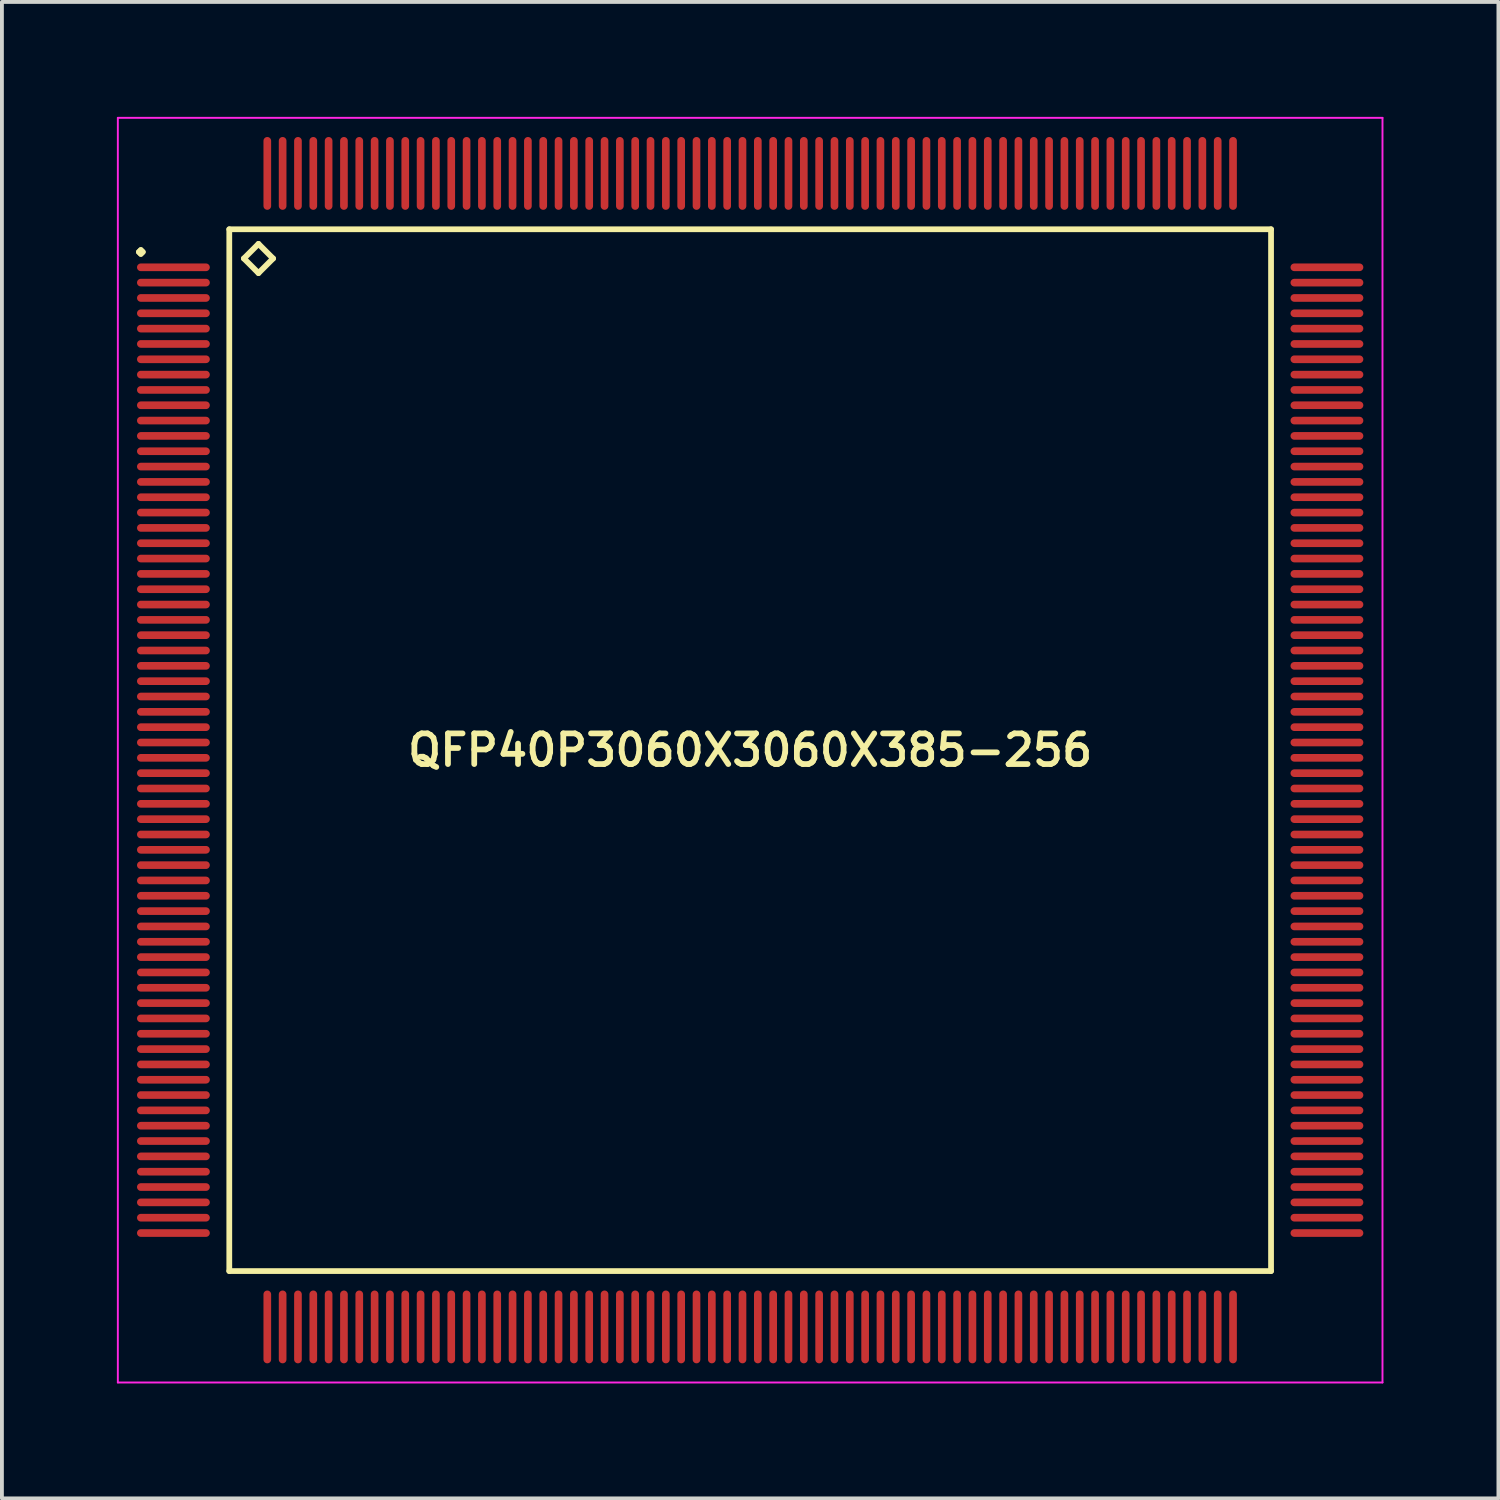
<source format=kicad_pcb>
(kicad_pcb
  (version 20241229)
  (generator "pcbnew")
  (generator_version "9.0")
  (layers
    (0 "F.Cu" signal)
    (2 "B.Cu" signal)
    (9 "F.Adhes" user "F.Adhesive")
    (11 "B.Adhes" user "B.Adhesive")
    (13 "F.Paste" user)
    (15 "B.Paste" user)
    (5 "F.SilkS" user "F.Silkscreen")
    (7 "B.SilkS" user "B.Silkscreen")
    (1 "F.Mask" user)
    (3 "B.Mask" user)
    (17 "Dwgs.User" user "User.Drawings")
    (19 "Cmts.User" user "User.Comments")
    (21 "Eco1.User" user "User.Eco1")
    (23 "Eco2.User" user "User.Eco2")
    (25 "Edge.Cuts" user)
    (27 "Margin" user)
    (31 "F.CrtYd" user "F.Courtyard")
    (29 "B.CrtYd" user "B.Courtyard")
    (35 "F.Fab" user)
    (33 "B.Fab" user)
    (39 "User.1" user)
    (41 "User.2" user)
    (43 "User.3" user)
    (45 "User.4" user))
  (footprint "QFP40P3060X3060X385-256"
    (layer "F.Cu")
    (at 16.525 16.525)
    (property "Reference" "QFP40P3060X3060X385-256" (at 0 0 0) (layer "F.SilkS") (effects (font (size 0.8 0.8) (thickness 0.15))))
    (attr smd)
    (fp_line (start -15.95 -13) (end -15.9 -13.05) (stroke (width 0.15) (type solid)) (layer "F.SilkS"))
    (fp_line (start -15.9 -13.05) (end -15.85 -13) (stroke (width 0.15) (type solid)) (layer "F.SilkS"))
    (fp_line (start -15.9 -12.95) (end -15.95 -13) (stroke (width 0.15) (type solid)) (layer "F.SilkS"))
    (fp_line (start -15.85 -13) (end -15.9 -12.95) (stroke (width 0.15) (type solid)) (layer "F.SilkS"))
    (fp_line (start -13.592 -13.592) (end -13.592 13.592) (stroke (width 0.15) (type solid)) (layer "F.SilkS"))
    (fp_line (start -13.592 13.592) (end 13.592 13.592) (stroke (width 0.15) (type solid)) (layer "F.SilkS"))
    (fp_line (start -13.211 -12.83) (end -12.83 -13.211) (stroke (width 0.15) (type solid)) (layer "F.SilkS"))
    (fp_line (start -12.83 -13.211) (end -12.449 -12.83) (stroke (width 0.15) (type solid)) (layer "F.SilkS"))
    (fp_line (start -12.83 -12.449) (end -13.211 -12.83) (stroke (width 0.15) (type solid)) (layer "F.SilkS"))
    (fp_line (start -12.449 -12.83) (end -12.83 -12.449) (stroke (width 0.15) (type solid)) (layer "F.SilkS"))
    (fp_line (start 13.592 -13.592) (end -13.592 -13.592) (stroke (width 0.15) (type solid)) (layer "F.SilkS"))
    (fp_line (start 13.592 13.592) (end 13.592 -13.592) (stroke (width 0.15) (type solid)) (layer "F.SilkS"))
    (fp_line (start -16.5 -16.5) (end 16.5 -16.5) (stroke (width 0.05) (type solid)) (layer "F.CrtYd"))
    (fp_line (start -16.5 16.5) (end -16.5 -16.5) (stroke (width 0.05) (type solid)) (layer "F.CrtYd"))
    (fp_line (start 16.5 -16.5) (end 16.5 16.5) (stroke (width 0.05) (type solid)) (layer "F.CrtYd"))
    (fp_line (start 16.5 16.5) (end -16.5 16.5) (stroke (width 0.05) (type solid)) (layer "F.CrtYd"))
    (pad "1" smd oval (at -15.05 -12.6) (size 1.9 0.2) (layers "F.Cu" "F.Mask" "F.Paste"))
    (pad "2" smd oval (at -15.05 -12.2) (size 1.9 0.2) (layers "F.Cu" "F.Mask" "F.Paste"))
    (pad "3" smd oval (at -15.05 -11.8) (size 1.9 0.2) (layers "F.Cu" "F.Mask" "F.Paste"))
    (pad "4" smd oval (at -15.05 -11.4) (size 1.9 0.2) (layers "F.Cu" "F.Mask" "F.Paste"))
    (pad "5" smd oval (at -15.05 -11) (size 1.9 0.2) (layers "F.Cu" "F.Mask" "F.Paste"))
    (pad "6" smd oval (at -15.05 -10.6) (size 1.9 0.2) (layers "F.Cu" "F.Mask" "F.Paste"))
    (pad "7" smd oval (at -15.05 -10.2) (size 1.9 0.2) (layers "F.Cu" "F.Mask" "F.Paste"))
    (pad "8" smd oval (at -15.05 -9.8) (size 1.9 0.2) (layers "F.Cu" "F.Mask" "F.Paste"))
    (pad "9" smd oval (at -15.05 -9.4) (size 1.9 0.2) (layers "F.Cu" "F.Mask" "F.Paste"))
    (pad "10" smd oval (at -15.05 -9) (size 1.9 0.2) (layers "F.Cu" "F.Mask" "F.Paste"))
    (pad "11" smd oval (at -15.05 -8.6) (size 1.9 0.2) (layers "F.Cu" "F.Mask" "F.Paste"))
    (pad "12" smd oval (at -15.05 -8.2) (size 1.9 0.2) (layers "F.Cu" "F.Mask" "F.Paste"))
    (pad "13" smd oval (at -15.05 -7.8) (size 1.9 0.2) (layers "F.Cu" "F.Mask" "F.Paste"))
    (pad "14" smd oval (at -15.05 -7.4) (size 1.9 0.2) (layers "F.Cu" "F.Mask" "F.Paste"))
    (pad "15" smd oval (at -15.05 -7) (size 1.9 0.2) (layers "F.Cu" "F.Mask" "F.Paste"))
    (pad "16" smd oval (at -15.05 -6.6) (size 1.9 0.2) (layers "F.Cu" "F.Mask" "F.Paste"))
    (pad "17" smd oval (at -15.05 -6.2) (size 1.9 0.2) (layers "F.Cu" "F.Mask" "F.Paste"))
    (pad "18" smd oval (at -15.05 -5.8) (size 1.9 0.2) (layers "F.Cu" "F.Mask" "F.Paste"))
    (pad "19" smd oval (at -15.05 -5.4) (size 1.9 0.2) (layers "F.Cu" "F.Mask" "F.Paste"))
    (pad "20" smd oval (at -15.05 -5) (size 1.9 0.2) (layers "F.Cu" "F.Mask" "F.Paste"))
    (pad "21" smd oval (at -15.05 -4.6) (size 1.9 0.2) (layers "F.Cu" "F.Mask" "F.Paste"))
    (pad "22" smd oval (at -15.05 -4.2) (size 1.9 0.2) (layers "F.Cu" "F.Mask" "F.Paste"))
    (pad "23" smd oval (at -15.05 -3.8) (size 1.9 0.2) (layers "F.Cu" "F.Mask" "F.Paste"))
    (pad "24" smd oval (at -15.05 -3.4) (size 1.9 0.2) (layers "F.Cu" "F.Mask" "F.Paste"))
    (pad "25" smd oval (at -15.05 -3) (size 1.9 0.2) (layers "F.Cu" "F.Mask" "F.Paste"))
    (pad "26" smd oval (at -15.05 -2.6) (size 1.9 0.2) (layers "F.Cu" "F.Mask" "F.Paste"))
    (pad "27" smd oval (at -15.05 -2.2) (size 1.9 0.2) (layers "F.Cu" "F.Mask" "F.Paste"))
    (pad "28" smd oval (at -15.05 -1.8) (size 1.9 0.2) (layers "F.Cu" "F.Mask" "F.Paste"))
    (pad "29" smd oval (at -15.05 -1.4) (size 1.9 0.2) (layers "F.Cu" "F.Mask" "F.Paste"))
    (pad "30" smd oval (at -15.05 -1) (size 1.9 0.2) (layers "F.Cu" "F.Mask" "F.Paste"))
    (pad "31" smd oval (at -15.05 -0.6) (size 1.9 0.2) (layers "F.Cu" "F.Mask" "F.Paste"))
    (pad "32" smd oval (at -15.05 -0.2) (size 1.9 0.2) (layers "F.Cu" "F.Mask" "F.Paste"))
    (pad "33" smd oval (at -15.05 0.2) (size 1.9 0.2) (layers "F.Cu" "F.Mask" "F.Paste"))
    (pad "34" smd oval (at -15.05 0.6) (size 1.9 0.2) (layers "F.Cu" "F.Mask" "F.Paste"))
    (pad "35" smd oval (at -15.05 1) (size 1.9 0.2) (layers "F.Cu" "F.Mask" "F.Paste"))
    (pad "36" smd oval (at -15.05 1.4) (size 1.9 0.2) (layers "F.Cu" "F.Mask" "F.Paste"))
    (pad "37" smd oval (at -15.05 1.8) (size 1.9 0.2) (layers "F.Cu" "F.Mask" "F.Paste"))
    (pad "38" smd oval (at -15.05 2.2) (size 1.9 0.2) (layers "F.Cu" "F.Mask" "F.Paste"))
    (pad "39" smd oval (at -15.05 2.6) (size 1.9 0.2) (layers "F.Cu" "F.Mask" "F.Paste"))
    (pad "40" smd oval (at -15.05 3) (size 1.9 0.2) (layers "F.Cu" "F.Mask" "F.Paste"))
    (pad "41" smd oval (at -15.05 3.4) (size 1.9 0.2) (layers "F.Cu" "F.Mask" "F.Paste"))
    (pad "42" smd oval (at -15.05 3.8) (size 1.9 0.2) (layers "F.Cu" "F.Mask" "F.Paste"))
    (pad "43" smd oval (at -15.05 4.2) (size 1.9 0.2) (layers "F.Cu" "F.Mask" "F.Paste"))
    (pad "44" smd oval (at -15.05 4.6) (size 1.9 0.2) (layers "F.Cu" "F.Mask" "F.Paste"))
    (pad "45" smd oval (at -15.05 5) (size 1.9 0.2) (layers "F.Cu" "F.Mask" "F.Paste"))
    (pad "46" smd oval (at -15.05 5.4) (size 1.9 0.2) (layers "F.Cu" "F.Mask" "F.Paste"))
    (pad "47" smd oval (at -15.05 5.8) (size 1.9 0.2) (layers "F.Cu" "F.Mask" "F.Paste"))
    (pad "48" smd oval (at -15.05 6.2) (size 1.9 0.2) (layers "F.Cu" "F.Mask" "F.Paste"))
    (pad "49" smd oval (at -15.05 6.6) (size 1.9 0.2) (layers "F.Cu" "F.Mask" "F.Paste"))
    (pad "50" smd oval (at -15.05 7) (size 1.9 0.2) (layers "F.Cu" "F.Mask" "F.Paste"))
    (pad "51" smd oval (at -15.05 7.4) (size 1.9 0.2) (layers "F.Cu" "F.Mask" "F.Paste"))
    (pad "52" smd oval (at -15.05 7.8) (size 1.9 0.2) (layers "F.Cu" "F.Mask" "F.Paste"))
    (pad "53" smd oval (at -15.05 8.2) (size 1.9 0.2) (layers "F.Cu" "F.Mask" "F.Paste"))
    (pad "54" smd oval (at -15.05 8.6) (size 1.9 0.2) (layers "F.Cu" "F.Mask" "F.Paste"))
    (pad "55" smd oval (at -15.05 9) (size 1.9 0.2) (layers "F.Cu" "F.Mask" "F.Paste"))
    (pad "56" smd oval (at -15.05 9.4) (size 1.9 0.2) (layers "F.Cu" "F.Mask" "F.Paste"))
    (pad "57" smd oval (at -15.05 9.8) (size 1.9 0.2) (layers "F.Cu" "F.Mask" "F.Paste"))
    (pad "58" smd oval (at -15.05 10.2) (size 1.9 0.2) (layers "F.Cu" "F.Mask" "F.Paste"))
    (pad "59" smd oval (at -15.05 10.6) (size 1.9 0.2) (layers "F.Cu" "F.Mask" "F.Paste"))
    (pad "60" smd oval (at -15.05 11) (size 1.9 0.2) (layers "F.Cu" "F.Mask" "F.Paste"))
    (pad "61" smd oval (at -15.05 11.4) (size 1.9 0.2) (layers "F.Cu" "F.Mask" "F.Paste"))
    (pad "62" smd oval (at -15.05 11.8) (size 1.9 0.2) (layers "F.Cu" "F.Mask" "F.Paste"))
    (pad "63" smd oval (at -15.05 12.2) (size 1.9 0.2) (layers "F.Cu" "F.Mask" "F.Paste"))
    (pad "64" smd oval (at -15.05 12.6) (size 1.9 0.2) (layers "F.Cu" "F.Mask" "F.Paste"))
    (pad "65" smd oval (at -12.6 15.05) (size 0.2 1.9) (layers "F.Cu" "F.Mask" "F.Paste"))
    (pad "66" smd oval (at -12.2 15.05) (size 0.2 1.9) (layers "F.Cu" "F.Mask" "F.Paste"))
    (pad "67" smd oval (at -11.8 15.05) (size 0.2 1.9) (layers "F.Cu" "F.Mask" "F.Paste"))
    (pad "68" smd oval (at -11.4 15.05) (size 0.2 1.9) (layers "F.Cu" "F.Mask" "F.Paste"))
    (pad "69" smd oval (at -11 15.05) (size 0.2 1.9) (layers "F.Cu" "F.Mask" "F.Paste"))
    (pad "70" smd oval (at -10.6 15.05) (size 0.2 1.9) (layers "F.Cu" "F.Mask" "F.Paste"))
    (pad "71" smd oval (at -10.2 15.05) (size 0.2 1.9) (layers "F.Cu" "F.Mask" "F.Paste"))
    (pad "72" smd oval (at -9.8 15.05) (size 0.2 1.9) (layers "F.Cu" "F.Mask" "F.Paste"))
    (pad "73" smd oval (at -9.4 15.05) (size 0.2 1.9) (layers "F.Cu" "F.Mask" "F.Paste"))
    (pad "74" smd oval (at -9 15.05) (size 0.2 1.9) (layers "F.Cu" "F.Mask" "F.Paste"))
    (pad "75" smd oval (at -8.6 15.05) (size 0.2 1.9) (layers "F.Cu" "F.Mask" "F.Paste"))
    (pad "76" smd oval (at -8.2 15.05) (size 0.2 1.9) (layers "F.Cu" "F.Mask" "F.Paste"))
    (pad "77" smd oval (at -7.8 15.05) (size 0.2 1.9) (layers "F.Cu" "F.Mask" "F.Paste"))
    (pad "78" smd oval (at -7.4 15.05) (size 0.2 1.9) (layers "F.Cu" "F.Mask" "F.Paste"))
    (pad "79" smd oval (at -7 15.05) (size 0.2 1.9) (layers "F.Cu" "F.Mask" "F.Paste"))
    (pad "80" smd oval (at -6.6 15.05) (size 0.2 1.9) (layers "F.Cu" "F.Mask" "F.Paste"))
    (pad "81" smd oval (at -6.2 15.05) (size 0.2 1.9) (layers "F.Cu" "F.Mask" "F.Paste"))
    (pad "82" smd oval (at -5.8 15.05) (size 0.2 1.9) (layers "F.Cu" "F.Mask" "F.Paste"))
    (pad "83" smd oval (at -5.4 15.05) (size 0.2 1.9) (layers "F.Cu" "F.Mask" "F.Paste"))
    (pad "84" smd oval (at -5 15.05) (size 0.2 1.9) (layers "F.Cu" "F.Mask" "F.Paste"))
    (pad "85" smd oval (at -4.6 15.05) (size 0.2 1.9) (layers "F.Cu" "F.Mask" "F.Paste"))
    (pad "86" smd oval (at -4.2 15.05) (size 0.2 1.9) (layers "F.Cu" "F.Mask" "F.Paste"))
    (pad "87" smd oval (at -3.8 15.05) (size 0.2 1.9) (layers "F.Cu" "F.Mask" "F.Paste"))
    (pad "88" smd oval (at -3.4 15.05) (size 0.2 1.9) (layers "F.Cu" "F.Mask" "F.Paste"))
    (pad "89" smd oval (at -3 15.05) (size 0.2 1.9) (layers "F.Cu" "F.Mask" "F.Paste"))
    (pad "90" smd oval (at -2.6 15.05) (size 0.2 1.9) (layers "F.Cu" "F.Mask" "F.Paste"))
    (pad "91" smd oval (at -2.2 15.05) (size 0.2 1.9) (layers "F.Cu" "F.Mask" "F.Paste"))
    (pad "92" smd oval (at -1.8 15.05) (size 0.2 1.9) (layers "F.Cu" "F.Mask" "F.Paste"))
    (pad "93" smd oval (at -1.4 15.05) (size 0.2 1.9) (layers "F.Cu" "F.Mask" "F.Paste"))
    (pad "94" smd oval (at -1 15.05) (size 0.2 1.9) (layers "F.Cu" "F.Mask" "F.Paste"))
    (pad "95" smd oval (at -0.6 15.05) (size 0.2 1.9) (layers "F.Cu" "F.Mask" "F.Paste"))
    (pad "96" smd oval (at -0.2 15.05) (size 0.2 1.9) (layers "F.Cu" "F.Mask" "F.Paste"))
    (pad "97" smd oval (at 0.2 15.05) (size 0.2 1.9) (layers "F.Cu" "F.Mask" "F.Paste"))
    (pad "98" smd oval (at 0.6 15.05) (size 0.2 1.9) (layers "F.Cu" "F.Mask" "F.Paste"))
    (pad "99" smd oval (at 1 15.05) (size 0.2 1.9) (layers "F.Cu" "F.Mask" "F.Paste"))
    (pad "100" smd oval (at 1.4 15.05) (size 0.2 1.9) (layers "F.Cu" "F.Mask" "F.Paste"))
    (pad "101" smd oval (at 1.8 15.05) (size 0.2 1.9) (layers "F.Cu" "F.Mask" "F.Paste"))
    (pad "102" smd oval (at 2.2 15.05) (size 0.2 1.9) (layers "F.Cu" "F.Mask" "F.Paste"))
    (pad "103" smd oval (at 2.6 15.05) (size 0.2 1.9) (layers "F.Cu" "F.Mask" "F.Paste"))
    (pad "104" smd oval (at 3 15.05) (size 0.2 1.9) (layers "F.Cu" "F.Mask" "F.Paste"))
    (pad "105" smd oval (at 3.4 15.05) (size 0.2 1.9) (layers "F.Cu" "F.Mask" "F.Paste"))
    (pad "106" smd oval (at 3.8 15.05) (size 0.2 1.9) (layers "F.Cu" "F.Mask" "F.Paste"))
    (pad "107" smd oval (at 4.2 15.05) (size 0.2 1.9) (layers "F.Cu" "F.Mask" "F.Paste"))
    (pad "108" smd oval (at 4.6 15.05) (size 0.2 1.9) (layers "F.Cu" "F.Mask" "F.Paste"))
    (pad "109" smd oval (at 5 15.05) (size 0.2 1.9) (layers "F.Cu" "F.Mask" "F.Paste"))
    (pad "110" smd oval (at 5.4 15.05) (size 0.2 1.9) (layers "F.Cu" "F.Mask" "F.Paste"))
    (pad "111" smd oval (at 5.8 15.05) (size 0.2 1.9) (layers "F.Cu" "F.Mask" "F.Paste"))
    (pad "112" smd oval (at 6.2 15.05) (size 0.2 1.9) (layers "F.Cu" "F.Mask" "F.Paste"))
    (pad "113" smd oval (at 6.6 15.05) (size 0.2 1.9) (layers "F.Cu" "F.Mask" "F.Paste"))
    (pad "114" smd oval (at 7 15.05) (size 0.2 1.9) (layers "F.Cu" "F.Mask" "F.Paste"))
    (pad "115" smd oval (at 7.4 15.05) (size 0.2 1.9) (layers "F.Cu" "F.Mask" "F.Paste"))
    (pad "116" smd oval (at 7.8 15.05) (size 0.2 1.9) (layers "F.Cu" "F.Mask" "F.Paste"))
    (pad "117" smd oval (at 8.2 15.05) (size 0.2 1.9) (layers "F.Cu" "F.Mask" "F.Paste"))
    (pad "118" smd oval (at 8.6 15.05) (size 0.2 1.9) (layers "F.Cu" "F.Mask" "F.Paste"))
    (pad "119" smd oval (at 9 15.05) (size 0.2 1.9) (layers "F.Cu" "F.Mask" "F.Paste"))
    (pad "120" smd oval (at 9.4 15.05) (size 0.2 1.9) (layers "F.Cu" "F.Mask" "F.Paste"))
    (pad "121" smd oval (at 9.8 15.05) (size 0.2 1.9) (layers "F.Cu" "F.Mask" "F.Paste"))
    (pad "122" smd oval (at 10.2 15.05) (size 0.2 1.9) (layers "F.Cu" "F.Mask" "F.Paste"))
    (pad "123" smd oval (at 10.6 15.05) (size 0.2 1.9) (layers "F.Cu" "F.Mask" "F.Paste"))
    (pad "124" smd oval (at 11 15.05) (size 0.2 1.9) (layers "F.Cu" "F.Mask" "F.Paste"))
    (pad "125" smd oval (at 11.4 15.05) (size 0.2 1.9) (layers "F.Cu" "F.Mask" "F.Paste"))
    (pad "126" smd oval (at 11.8 15.05) (size 0.2 1.9) (layers "F.Cu" "F.Mask" "F.Paste"))
    (pad "127" smd oval (at 12.2 15.05) (size 0.2 1.9) (layers "F.Cu" "F.Mask" "F.Paste"))
    (pad "128" smd oval (at 12.6 15.05) (size 0.2 1.9) (layers "F.Cu" "F.Mask" "F.Paste"))
    (pad "129" smd oval (at 15.05 12.6) (size 1.9 0.2) (layers "F.Cu" "F.Mask" "F.Paste"))
    (pad "130" smd oval (at 15.05 12.2) (size 1.9 0.2) (layers "F.Cu" "F.Mask" "F.Paste"))
    (pad "131" smd oval (at 15.05 11.8) (size 1.9 0.2) (layers "F.Cu" "F.Mask" "F.Paste"))
    (pad "132" smd oval (at 15.05 11.4) (size 1.9 0.2) (layers "F.Cu" "F.Mask" "F.Paste"))
    (pad "133" smd oval (at 15.05 11) (size 1.9 0.2) (layers "F.Cu" "F.Mask" "F.Paste"))
    (pad "134" smd oval (at 15.05 10.6) (size 1.9 0.2) (layers "F.Cu" "F.Mask" "F.Paste"))
    (pad "135" smd oval (at 15.05 10.2) (size 1.9 0.2) (layers "F.Cu" "F.Mask" "F.Paste"))
    (pad "136" smd oval (at 15.05 9.8) (size 1.9 0.2) (layers "F.Cu" "F.Mask" "F.Paste"))
    (pad "137" smd oval (at 15.05 9.4) (size 1.9 0.2) (layers "F.Cu" "F.Mask" "F.Paste"))
    (pad "138" smd oval (at 15.05 9) (size 1.9 0.2) (layers "F.Cu" "F.Mask" "F.Paste"))
    (pad "139" smd oval (at 15.05 8.6) (size 1.9 0.2) (layers "F.Cu" "F.Mask" "F.Paste"))
    (pad "140" smd oval (at 15.05 8.2) (size 1.9 0.2) (layers "F.Cu" "F.Mask" "F.Paste"))
    (pad "141" smd oval (at 15.05 7.8) (size 1.9 0.2) (layers "F.Cu" "F.Mask" "F.Paste"))
    (pad "142" smd oval (at 15.05 7.4) (size 1.9 0.2) (layers "F.Cu" "F.Mask" "F.Paste"))
    (pad "143" smd oval (at 15.05 7) (size 1.9 0.2) (layers "F.Cu" "F.Mask" "F.Paste"))
    (pad "144" smd oval (at 15.05 6.6) (size 1.9 0.2) (layers "F.Cu" "F.Mask" "F.Paste"))
    (pad "145" smd oval (at 15.05 6.2) (size 1.9 0.2) (layers "F.Cu" "F.Mask" "F.Paste"))
    (pad "146" smd oval (at 15.05 5.8) (size 1.9 0.2) (layers "F.Cu" "F.Mask" "F.Paste"))
    (pad "147" smd oval (at 15.05 5.4) (size 1.9 0.2) (layers "F.Cu" "F.Mask" "F.Paste"))
    (pad "148" smd oval (at 15.05 5) (size 1.9 0.2) (layers "F.Cu" "F.Mask" "F.Paste"))
    (pad "149" smd oval (at 15.05 4.6) (size 1.9 0.2) (layers "F.Cu" "F.Mask" "F.Paste"))
    (pad "150" smd oval (at 15.05 4.2) (size 1.9 0.2) (layers "F.Cu" "F.Mask" "F.Paste"))
    (pad "151" smd oval (at 15.05 3.8) (size 1.9 0.2) (layers "F.Cu" "F.Mask" "F.Paste"))
    (pad "152" smd oval (at 15.05 3.4) (size 1.9 0.2) (layers "F.Cu" "F.Mask" "F.Paste"))
    (pad "153" smd oval (at 15.05 3) (size 1.9 0.2) (layers "F.Cu" "F.Mask" "F.Paste"))
    (pad "154" smd oval (at 15.05 2.6) (size 1.9 0.2) (layers "F.Cu" "F.Mask" "F.Paste"))
    (pad "155" smd oval (at 15.05 2.2) (size 1.9 0.2) (layers "F.Cu" "F.Mask" "F.Paste"))
    (pad "156" smd oval (at 15.05 1.8) (size 1.9 0.2) (layers "F.Cu" "F.Mask" "F.Paste"))
    (pad "157" smd oval (at 15.05 1.4) (size 1.9 0.2) (layers "F.Cu" "F.Mask" "F.Paste"))
    (pad "158" smd oval (at 15.05 1) (size 1.9 0.2) (layers "F.Cu" "F.Mask" "F.Paste"))
    (pad "159" smd oval (at 15.05 0.6) (size 1.9 0.2) (layers "F.Cu" "F.Mask" "F.Paste"))
    (pad "160" smd oval (at 15.05 0.2) (size 1.9 0.2) (layers "F.Cu" "F.Mask" "F.Paste"))
    (pad "161" smd oval (at 15.05 -0.2) (size 1.9 0.2) (layers "F.Cu" "F.Mask" "F.Paste"))
    (pad "162" smd oval (at 15.05 -0.6) (size 1.9 0.2) (layers "F.Cu" "F.Mask" "F.Paste"))
    (pad "163" smd oval (at 15.05 -1) (size 1.9 0.2) (layers "F.Cu" "F.Mask" "F.Paste"))
    (pad "164" smd oval (at 15.05 -1.4) (size 1.9 0.2) (layers "F.Cu" "F.Mask" "F.Paste"))
    (pad "165" smd oval (at 15.05 -1.8) (size 1.9 0.2) (layers "F.Cu" "F.Mask" "F.Paste"))
    (pad "166" smd oval (at 15.05 -2.2) (size 1.9 0.2) (layers "F.Cu" "F.Mask" "F.Paste"))
    (pad "167" smd oval (at 15.05 -2.6) (size 1.9 0.2) (layers "F.Cu" "F.Mask" "F.Paste"))
    (pad "168" smd oval (at 15.05 -3) (size 1.9 0.2) (layers "F.Cu" "F.Mask" "F.Paste"))
    (pad "169" smd oval (at 15.05 -3.4) (size 1.9 0.2) (layers "F.Cu" "F.Mask" "F.Paste"))
    (pad "170" smd oval (at 15.05 -3.8) (size 1.9 0.2) (layers "F.Cu" "F.Mask" "F.Paste"))
    (pad "171" smd oval (at 15.05 -4.2) (size 1.9 0.2) (layers "F.Cu" "F.Mask" "F.Paste"))
    (pad "172" smd oval (at 15.05 -4.6) (size 1.9 0.2) (layers "F.Cu" "F.Mask" "F.Paste"))
    (pad "173" smd oval (at 15.05 -5) (size 1.9 0.2) (layers "F.Cu" "F.Mask" "F.Paste"))
    (pad "174" smd oval (at 15.05 -5.4) (size 1.9 0.2) (layers "F.Cu" "F.Mask" "F.Paste"))
    (pad "175" smd oval (at 15.05 -5.8) (size 1.9 0.2) (layers "F.Cu" "F.Mask" "F.Paste"))
    (pad "176" smd oval (at 15.05 -6.2) (size 1.9 0.2) (layers "F.Cu" "F.Mask" "F.Paste"))
    (pad "177" smd oval (at 15.05 -6.6) (size 1.9 0.2) (layers "F.Cu" "F.Mask" "F.Paste"))
    (pad "178" smd oval (at 15.05 -7) (size 1.9 0.2) (layers "F.Cu" "F.Mask" "F.Paste"))
    (pad "179" smd oval (at 15.05 -7.4) (size 1.9 0.2) (layers "F.Cu" "F.Mask" "F.Paste"))
    (pad "180" smd oval (at 15.05 -7.8) (size 1.9 0.2) (layers "F.Cu" "F.Mask" "F.Paste"))
    (pad "181" smd oval (at 15.05 -8.2) (size 1.9 0.2) (layers "F.Cu" "F.Mask" "F.Paste"))
    (pad "182" smd oval (at 15.05 -8.6) (size 1.9 0.2) (layers "F.Cu" "F.Mask" "F.Paste"))
    (pad "183" smd oval (at 15.05 -9) (size 1.9 0.2) (layers "F.Cu" "F.Mask" "F.Paste"))
    (pad "184" smd oval (at 15.05 -9.4) (size 1.9 0.2) (layers "F.Cu" "F.Mask" "F.Paste"))
    (pad "185" smd oval (at 15.05 -9.8) (size 1.9 0.2) (layers "F.Cu" "F.Mask" "F.Paste"))
    (pad "186" smd oval (at 15.05 -10.2) (size 1.9 0.2) (layers "F.Cu" "F.Mask" "F.Paste"))
    (pad "187" smd oval (at 15.05 -10.6) (size 1.9 0.2) (layers "F.Cu" "F.Mask" "F.Paste"))
    (pad "188" smd oval (at 15.05 -11) (size 1.9 0.2) (layers "F.Cu" "F.Mask" "F.Paste"))
    (pad "189" smd oval (at 15.05 -11.4) (size 1.9 0.2) (layers "F.Cu" "F.Mask" "F.Paste"))
    (pad "190" smd oval (at 15.05 -11.8) (size 1.9 0.2) (layers "F.Cu" "F.Mask" "F.Paste"))
    (pad "191" smd oval (at 15.05 -12.2) (size 1.9 0.2) (layers "F.Cu" "F.Mask" "F.Paste"))
    (pad "192" smd oval (at 15.05 -12.6) (size 1.9 0.2) (layers "F.Cu" "F.Mask" "F.Paste"))
    (pad "193" smd oval (at 12.6 -15.05) (size 0.2 1.9) (layers "F.Cu" "F.Mask" "F.Paste"))
    (pad "194" smd oval (at 12.2 -15.05) (size 0.2 1.9) (layers "F.Cu" "F.Mask" "F.Paste"))
    (pad "195" smd oval (at 11.8 -15.05) (size 0.2 1.9) (layers "F.Cu" "F.Mask" "F.Paste"))
    (pad "196" smd oval (at 11.4 -15.05) (size 0.2 1.9) (layers "F.Cu" "F.Mask" "F.Paste"))
    (pad "197" smd oval (at 11 -15.05) (size 0.2 1.9) (layers "F.Cu" "F.Mask" "F.Paste"))
    (pad "198" smd oval (at 10.6 -15.05) (size 0.2 1.9) (layers "F.Cu" "F.Mask" "F.Paste"))
    (pad "199" smd oval (at 10.2 -15.05) (size 0.2 1.9) (layers "F.Cu" "F.Mask" "F.Paste"))
    (pad "200" smd oval (at 9.8 -15.05) (size 0.2 1.9) (layers "F.Cu" "F.Mask" "F.Paste"))
    (pad "201" smd oval (at 9.4 -15.05) (size 0.2 1.9) (layers "F.Cu" "F.Mask" "F.Paste"))
    (pad "202" smd oval (at 9 -15.05) (size 0.2 1.9) (layers "F.Cu" "F.Mask" "F.Paste"))
    (pad "203" smd oval (at 8.6 -15.05) (size 0.2 1.9) (layers "F.Cu" "F.Mask" "F.Paste"))
    (pad "204" smd oval (at 8.2 -15.05) (size 0.2 1.9) (layers "F.Cu" "F.Mask" "F.Paste"))
    (pad "205" smd oval (at 7.8 -15.05) (size 0.2 1.9) (layers "F.Cu" "F.Mask" "F.Paste"))
    (pad "206" smd oval (at 7.4 -15.05) (size 0.2 1.9) (layers "F.Cu" "F.Mask" "F.Paste"))
    (pad "207" smd oval (at 7 -15.05) (size 0.2 1.9) (layers "F.Cu" "F.Mask" "F.Paste"))
    (pad "208" smd oval (at 6.6 -15.05) (size 0.2 1.9) (layers "F.Cu" "F.Mask" "F.Paste"))
    (pad "209" smd oval (at 6.2 -15.05) (size 0.2 1.9) (layers "F.Cu" "F.Mask" "F.Paste"))
    (pad "210" smd oval (at 5.8 -15.05) (size 0.2 1.9) (layers "F.Cu" "F.Mask" "F.Paste"))
    (pad "211" smd oval (at 5.4 -15.05) (size 0.2 1.9) (layers "F.Cu" "F.Mask" "F.Paste"))
    (pad "212" smd oval (at 5 -15.05) (size 0.2 1.9) (layers "F.Cu" "F.Mask" "F.Paste"))
    (pad "213" smd oval (at 4.6 -15.05) (size 0.2 1.9) (layers "F.Cu" "F.Mask" "F.Paste"))
    (pad "214" smd oval (at 4.2 -15.05) (size 0.2 1.9) (layers "F.Cu" "F.Mask" "F.Paste"))
    (pad "215" smd oval (at 3.8 -15.05) (size 0.2 1.9) (layers "F.Cu" "F.Mask" "F.Paste"))
    (pad "216" smd oval (at 3.4 -15.05) (size 0.2 1.9) (layers "F.Cu" "F.Mask" "F.Paste"))
    (pad "217" smd oval (at 3 -15.05) (size 0.2 1.9) (layers "F.Cu" "F.Mask" "F.Paste"))
    (pad "218" smd oval (at 2.6 -15.05) (size 0.2 1.9) (layers "F.Cu" "F.Mask" "F.Paste"))
    (pad "219" smd oval (at 2.2 -15.05) (size 0.2 1.9) (layers "F.Cu" "F.Mask" "F.Paste"))
    (pad "220" smd oval (at 1.8 -15.05) (size 0.2 1.9) (layers "F.Cu" "F.Mask" "F.Paste"))
    (pad "221" smd oval (at 1.4 -15.05) (size 0.2 1.9) (layers "F.Cu" "F.Mask" "F.Paste"))
    (pad "222" smd oval (at 1 -15.05) (size 0.2 1.9) (layers "F.Cu" "F.Mask" "F.Paste"))
    (pad "223" smd oval (at 0.6 -15.05) (size 0.2 1.9) (layers "F.Cu" "F.Mask" "F.Paste"))
    (pad "224" smd oval (at 0.2 -15.05) (size 0.2 1.9) (layers "F.Cu" "F.Mask" "F.Paste"))
    (pad "225" smd oval (at -0.2 -15.05) (size 0.2 1.9) (layers "F.Cu" "F.Mask" "F.Paste"))
    (pad "226" smd oval (at -0.6 -15.05) (size 0.2 1.9) (layers "F.Cu" "F.Mask" "F.Paste"))
    (pad "227" smd oval (at -1 -15.05) (size 0.2 1.9) (layers "F.Cu" "F.Mask" "F.Paste"))
    (pad "228" smd oval (at -1.4 -15.05) (size 0.2 1.9) (layers "F.Cu" "F.Mask" "F.Paste"))
    (pad "229" smd oval (at -1.8 -15.05) (size 0.2 1.9) (layers "F.Cu" "F.Mask" "F.Paste"))
    (pad "230" smd oval (at -2.2 -15.05) (size 0.2 1.9) (layers "F.Cu" "F.Mask" "F.Paste"))
    (pad "231" smd oval (at -2.6 -15.05) (size 0.2 1.9) (layers "F.Cu" "F.Mask" "F.Paste"))
    (pad "232" smd oval (at -3 -15.05) (size 0.2 1.9) (layers "F.Cu" "F.Mask" "F.Paste"))
    (pad "233" smd oval (at -3.4 -15.05) (size 0.2 1.9) (layers "F.Cu" "F.Mask" "F.Paste"))
    (pad "234" smd oval (at -3.8 -15.05) (size 0.2 1.9) (layers "F.Cu" "F.Mask" "F.Paste"))
    (pad "235" smd oval (at -4.2 -15.05) (size 0.2 1.9) (layers "F.Cu" "F.Mask" "F.Paste"))
    (pad "236" smd oval (at -4.6 -15.05) (size 0.2 1.9) (layers "F.Cu" "F.Mask" "F.Paste"))
    (pad "237" smd oval (at -5 -15.05) (size 0.2 1.9) (layers "F.Cu" "F.Mask" "F.Paste"))
    (pad "238" smd oval (at -5.4 -15.05) (size 0.2 1.9) (layers "F.Cu" "F.Mask" "F.Paste"))
    (pad "239" smd oval (at -5.8 -15.05) (size 0.2 1.9) (layers "F.Cu" "F.Mask" "F.Paste"))
    (pad "240" smd oval (at -6.2 -15.05) (size 0.2 1.9) (layers "F.Cu" "F.Mask" "F.Paste"))
    (pad "241" smd oval (at -6.6 -15.05) (size 0.2 1.9) (layers "F.Cu" "F.Mask" "F.Paste"))
    (pad "242" smd oval (at -7 -15.05) (size 0.2 1.9) (layers "F.Cu" "F.Mask" "F.Paste"))
    (pad "243" smd oval (at -7.4 -15.05) (size 0.2 1.9) (layers "F.Cu" "F.Mask" "F.Paste"))
    (pad "244" smd oval (at -7.8 -15.05) (size 0.2 1.9) (layers "F.Cu" "F.Mask" "F.Paste"))
    (pad "245" smd oval (at -8.2 -15.05) (size 0.2 1.9) (layers "F.Cu" "F.Mask" "F.Paste"))
    (pad "246" smd oval (at -8.6 -15.05) (size 0.2 1.9) (layers "F.Cu" "F.Mask" "F.Paste"))
    (pad "247" smd oval (at -9 -15.05) (size 0.2 1.9) (layers "F.Cu" "F.Mask" "F.Paste"))
    (pad "248" smd oval (at -9.4 -15.05) (size 0.2 1.9) (layers "F.Cu" "F.Mask" "F.Paste"))
    (pad "249" smd oval (at -9.8 -15.05) (size 0.2 1.9) (layers "F.Cu" "F.Mask" "F.Paste"))
    (pad "250" smd oval (at -10.2 -15.05) (size 0.2 1.9) (layers "F.Cu" "F.Mask" "F.Paste"))
    (pad "251" smd oval (at -10.6 -15.05) (size 0.2 1.9) (layers "F.Cu" "F.Mask" "F.Paste"))
    (pad "252" smd oval (at -11 -15.05) (size 0.2 1.9) (layers "F.Cu" "F.Mask" "F.Paste"))
    (pad "253" smd oval (at -11.4 -15.05) (size 0.2 1.9) (layers "F.Cu" "F.Mask" "F.Paste"))
    (pad "254" smd oval (at -11.8 -15.05) (size 0.2 1.9) (layers "F.Cu" "F.Mask" "F.Paste"))
    (pad "255" smd oval (at -12.2 -15.05) (size 0.2 1.9) (layers "F.Cu" "F.Mask" "F.Paste"))
    (pad "256" smd oval (at -12.6 -15.05) (size 0.2 1.9) (layers "F.Cu" "F.Mask" "F.Paste")))
  (gr_rect
    (start -3 -3)
    (end 36.05 36.05)
    (stroke (width 0.1) (type default))
    (fill no)
    (layer "Edge.Cuts")))
</source>
